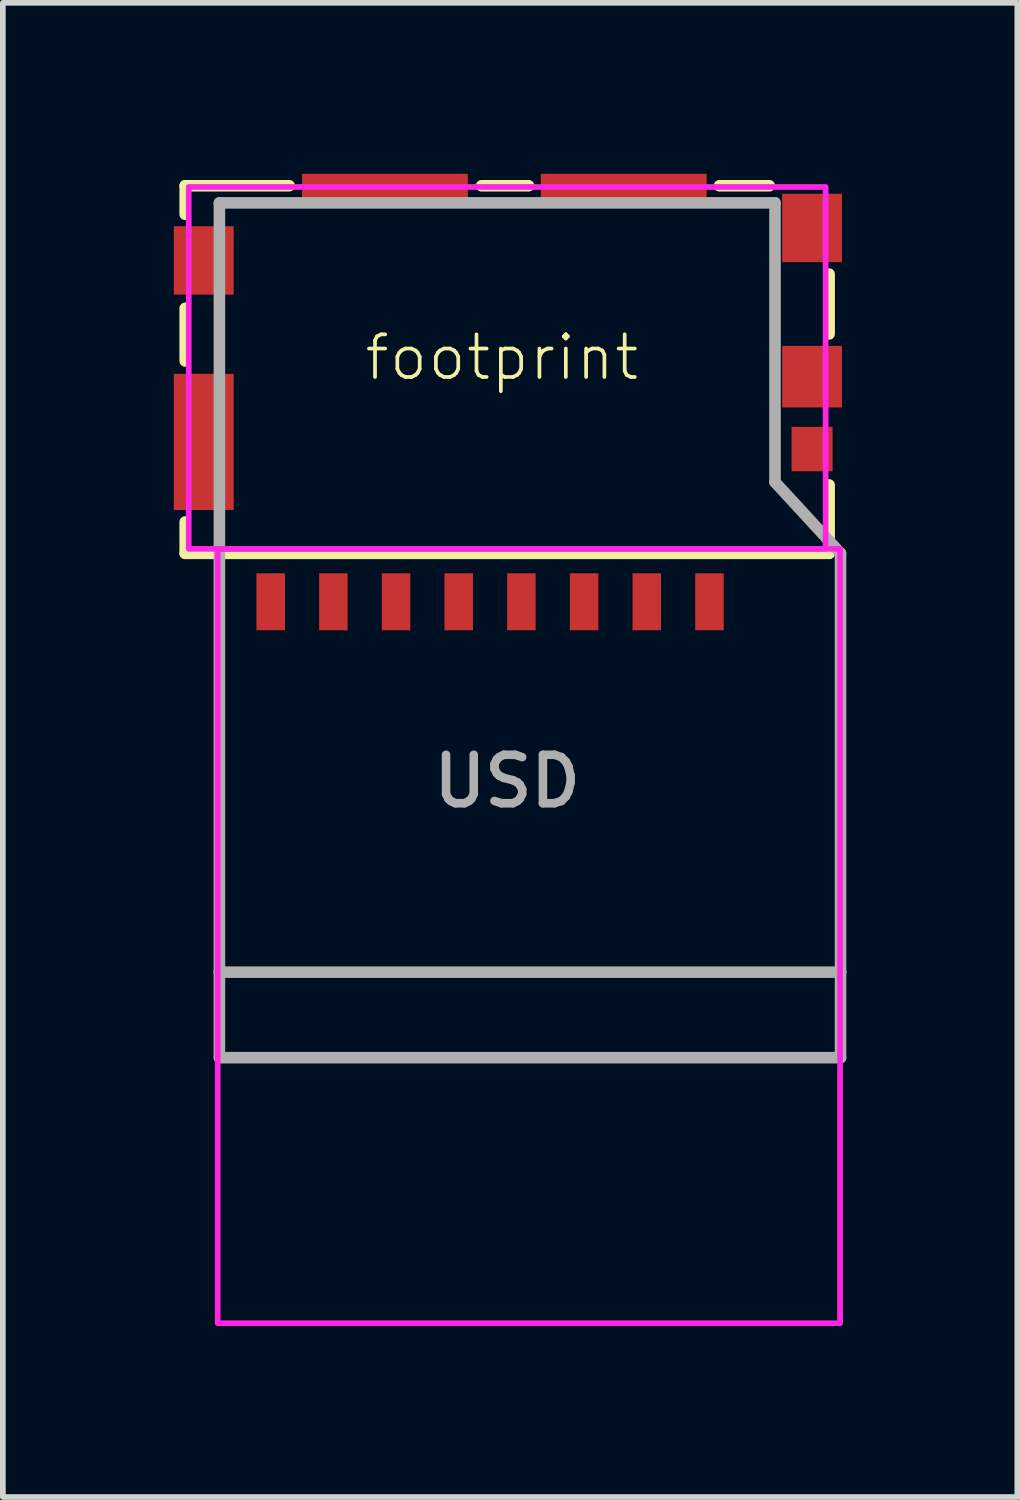
<source format=kicad_pcb>
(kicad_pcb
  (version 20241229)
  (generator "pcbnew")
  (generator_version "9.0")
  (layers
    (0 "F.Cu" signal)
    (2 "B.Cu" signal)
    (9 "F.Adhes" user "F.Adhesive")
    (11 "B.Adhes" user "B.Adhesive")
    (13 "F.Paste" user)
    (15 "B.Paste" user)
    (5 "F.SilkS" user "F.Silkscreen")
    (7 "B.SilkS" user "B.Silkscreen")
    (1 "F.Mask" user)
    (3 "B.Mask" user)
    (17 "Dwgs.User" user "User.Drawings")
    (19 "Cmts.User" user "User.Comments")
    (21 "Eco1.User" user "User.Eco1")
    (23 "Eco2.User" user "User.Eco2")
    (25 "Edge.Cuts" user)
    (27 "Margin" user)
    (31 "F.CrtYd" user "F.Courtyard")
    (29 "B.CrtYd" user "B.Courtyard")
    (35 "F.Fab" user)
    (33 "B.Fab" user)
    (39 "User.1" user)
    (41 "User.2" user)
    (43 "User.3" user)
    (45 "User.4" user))
  (footprint "footprint"
    (layer "F.Cu")
    (at 5.85 3.66)
    (property "Reference" "footprint" (at -2.54 0 0) (layer "F.SilkS") (effects (font (size 0.748 0.748) (thickness 0.065)) (justify left bottom)))
    (fp_line (start -5.65 -3.45) (end -3.825 -3.45) (stroke (width 0.203) (type solid)) (layer "F.SilkS"))
    (fp_line (start -5.65 -2.95) (end -5.65 -3.45) (stroke (width 0.203) (type solid)) (layer "F.SilkS"))
    (fp_line (start -5.65 -0.375) (end -5.65 -1.3) (stroke (width 0.203) (type solid)) (layer "F.SilkS"))
    (fp_line (start -5.65 2.45) (end -5.65 3) (stroke (width 0.203) (type solid)) (layer "F.SilkS"))
    (fp_line (start -5.65 3) (end 5.65 3) (stroke (width 0.203) (type solid)) (layer "F.SilkS"))
    (fp_line (start 0.375 -3.45) (end -0.45 -3.45) (stroke (width 0.203) (type solid)) (layer "F.SilkS"))
    (fp_line (start 4.6 -3.45) (end 3.725 -3.45) (stroke (width 0.203) (type solid)) (layer "F.SilkS"))
    (fp_line (start 5.65 -0.85) (end 5.65 -1.9) (stroke (width 0.203) (type solid)) (layer "F.SilkS"))
    (fp_line (start 5.65 3) (end 5.65 1.8) (stroke (width 0.203) (type solid)) (layer "F.SilkS"))
    (fp_poly (pts (xy -5.588 2.921) (xy 5.588 2.921) (xy 5.588 -3.429) (xy -5.588 -3.429)) (stroke (width 0.1) (type solid)) (fill no) (layer "F.CrtYd"))
    (fp_poly (pts (xy -5.08 16.51) (xy 5.842 16.51) (xy 5.842 2.921) (xy -5.08 2.921)) (stroke (width 0.1) (type solid)) (fill no) (layer "F.CrtYd"))
    (fp_line (start -5.05 -3.15) (end -5.05 10.35) (stroke (width 0.203) (type solid)) (layer "F.Fab"))
    (fp_line (start -5.05 10.35) (end -5.05 11.85) (stroke (width 0.203) (type solid)) (layer "F.Fab"))
    (fp_line (start -5.05 10.35) (end 5.85 10.35) (stroke (width 0.203) (type solid)) (layer "F.Fab"))
    (fp_line (start -5.05 11.85) (end 5.85 11.85) (stroke (width 0.203) (type solid)) (layer "F.Fab"))
    (fp_line (start 4.7 -3.15) (end -5.05 -3.15) (stroke (width 0.203) (type solid)) (layer "F.Fab"))
    (fp_line (start 4.7 1.75) (end 4.7 -3.15) (stroke (width 0.203) (type solid)) (layer "F.Fab"))
    (fp_line (start 5.85 3) (end 4.7 1.75) (stroke (width 0.203) (type solid)) (layer "F.Fab"))
    (fp_line (start 5.85 10.35) (end 5.85 3) (stroke (width 0.203) (type solid)) (layer "F.Fab"))
    (fp_line (start 5.85 11.85) (end 5.85 10.35) (stroke (width 0.203) (type solid)) (layer "F.Fab"))
    (fp_text user "USD" (at 0 7 0) (layer "F.Fab") (effects (font (size 0.85 0.85) (thickness 0.15))))
    (pad "1" smd rect (at 3.55 3.85 90) (size 1 0.5) (layers "F.Cu" "F.Mask" "F.Paste"))
    (pad "2" smd rect (at 2.45 3.85 90) (size 1 0.5) (layers "F.Cu" "F.Mask" "F.Paste"))
    (pad "3" smd rect (at 1.35 3.85 90) (size 1 0.5) (layers "F.Cu" "F.Mask" "F.Paste"))
    (pad "4" smd rect (at 0.25 3.85 90) (size 1 0.5) (layers "F.Cu" "F.Mask" "F.Paste"))
    (pad "5" smd rect (at -0.85 3.85 90) (size 1 0.5) (layers "F.Cu" "F.Mask" "F.Paste"))
    (pad "6" smd rect (at -1.95 3.85 90) (size 1 0.5) (layers "F.Cu" "F.Mask" "F.Paste"))
    (pad "7" smd rect (at -3.05 3.85 90) (size 1 0.5) (layers "F.Cu" "F.Mask" "F.Paste"))
    (pad "8" smd rect (at -4.15 3.85 90) (size 1 0.5) (layers "F.Cu" "F.Mask" "F.Paste"))
    (pad "9" smd rect (at 5.35 1.17 180) (size 0.72 0.78) (layers "F.Cu" "F.Mask" "F.Paste"))
    (pad "GND1" smd rect (at 5.35 -0.1 90) (size 1.08 1.05) (layers "F.Cu" "F.Mask" "F.Paste"))
    (pad "GND2" smd rect (at 5.35 -2.71 90) (size 1.2 1.05) (layers "F.Cu" "F.Mask" "F.Paste"))
    (pad "GND3" smd rect (at -5.325 -2.14 90) (size 1.2 1.05) (layers "F.Cu" "F.Mask" "F.Paste"))
    (pad "GND4" smd rect (at -5.325 1.045 90) (size 2.39 1.05) (layers "F.Cu" "F.Mask" "F.Paste"))
    (pad "GND5" smd rect (at -2.145 -3.385) (size 2.91 0.55) (layers "F.Cu" "F.Mask" "F.Paste"))
    (pad "GND6" smd rect (at 2.045 -3.385) (size 2.91 0.55) (layers "F.Cu" "F.Mask" "F.Paste"))
    (zone (net_name "") (layer "F.Cu") (hatch edge 0.508) (connect_pads) (min_thickness 0.254) (filled_areas_thickness no) (keepout (tracks not_allowed) (vias not_allowed) (pads not_allowed) (copperpour not_allowed) (footprints allowed)) (placement (enabled no)) (fill) (polygon (pts (xy 1.366 5.644) (xy 9.902 5.644) (xy 9.902 1.734) (xy 1.366 1.734))))
    (zone (net_name "") (layer "F.Cu") (hatch edge 0.508) (connect_pads) (min_thickness 0.254) (filled_areas_thickness no) (keepout (tracks not_allowed) (vias not_allowed) (pads not_allowed) (copperpour not_allowed) (footprints allowed)) (placement (enabled no)) (fill) (polygon (pts (xy 1.366 5.644) (xy 9.902 5.644) (xy 9.902 1.734) (xy 1.366 1.734)))))
  (gr_rect
    (start -3 -3)
    (end 14.802 23.22)
    (stroke (width 0.1) (type default))
    (fill no)
    (layer "Edge.Cuts")))
</source>
